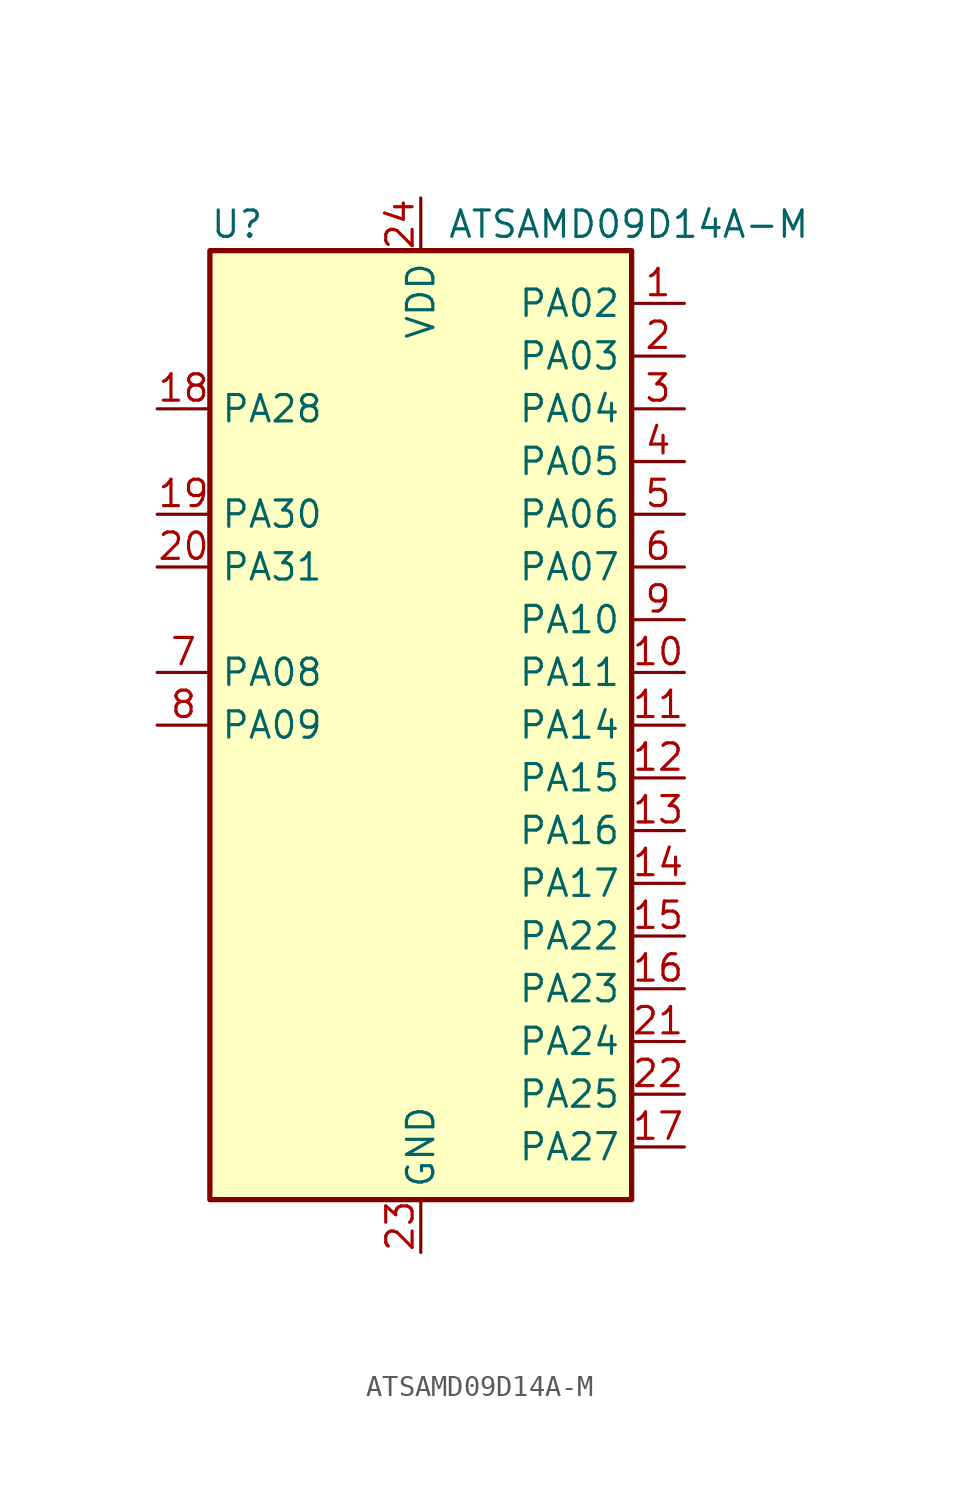
<source format=kicad_sym>
(kicad_symbol_lib
  (version 20220914)
  (generator kicad_symbol_editor)
  (symbol "ATSAMD09D14A-M"
    (property "Reference" "U"
      (at -10.16 24.13 0)
      (effects (font (size 1.27 1.27)) (justify left)))
    (property "Value" "ATSAMD09D14A-M"
      (at 1.27 24.13 0)
      (effects (font (size 1.27 1.27)) (justify left)))
    (symbol "ATSAMD09D14A-M_0_1"
      (rectangle (start -10.16 22.86) (end 10.16 -22.86) (stroke (width 0.254) (type default)) (fill (type background))))
    (symbol "ATSAMD09D14A-M_1_1"
      (pin bidirectional line (at 12.7 20.32 180) (length 2.54) (name "PA02" (effects (font (size 1.27 1.27)))) (number "1" (effects (font (size 1.27 1.27)))) (alternate "AIN0" input line) (alternate "EXTINT2" input line))
      (pin bidirectional line (at 12.7 2.54 180) (length 2.54) (name "PA11" (effects (font (size 1.27 1.27)))) (number "10" (effects (font (size 1.27 1.27)))) (alternate "AIN9" input line) (alternate "EXTINT3" input line) (alternate "GCLK_IO5" bidirectional line) (alternate "SC0_PAD3" bidirectional line) (alternate "TC2/WO1" bidirectional line))
      (pin bidirectional line (at 12.7 0 180) (length 2.54) (name "PA14" (effects (font (size 1.27 1.27)))) (number "11" (effects (font (size 1.27 1.27)))) (alternate "AIN6" input line) (alternate "GCLK_IO4" bidirectional line) (alternate "NMI" input line) (alternate "SC0_PAD0" bidirectional line) (alternate "TC1/WO0" bidirectional line))
      (pin bidirectional line (at 12.7 -2.54 180) (length 2.54) (name "PA15" (effects (font (size 1.27 1.27)))) (number "12" (effects (font (size 1.27 1.27)))) (alternate "AIN7" input line) (alternate "EXTINT1" input line) (alternate "GCLK_IO5" bidirectional line) (alternate "SC0_PAD1" bidirectional line) (alternate "TC1/WO1" bidirectional line))
      (pin bidirectional line (at 12.7 -5.08 180) (length 2.54) (name "PA16" (effects (font (size 1.27 1.27)))) (number "13" (effects (font (size 1.27 1.27)))) (alternate "EXTINT0" input line) (alternate "GCLK_IO2" bidirectional line) (alternate "SC1_PAD2" bidirectional line) (alternate "TC1/WO0" bidirectional line))
      (pin bidirectional line (at 12.7 -7.62 180) (length 2.54) (name "PA17" (effects (font (size 1.27 1.27)))) (number "14" (effects (font (size 1.27 1.27)))) (alternate "EXTINT1" input line) (alternate "GCLK_IO3" bidirectional line) (alternate "SC1_PAD3" bidirectional line) (alternate "TC1/WO1" bidirectional line))
      (pin bidirectional line (at 12.7 -10.16 180) (length 2.54) (name "PA22" (effects (font (size 1.27 1.27)))) (number "15" (effects (font (size 1.27 1.27)))) (alternate "EXTINT6" output line) (alternate "SC1_PAD0" bidirectional line) (alternate "TC1/WO0" bidirectional line))
      (pin bidirectional line (at 12.7 -12.7 180) (length 2.54) (name "PA23" (effects (font (size 1.27 1.27)))) (number "16" (effects (font (size 1.27 1.27)))) (alternate "EXTINT7" input line) (alternate "GCLK_IO2" bidirectional line) (alternate "SC1_PAD1" bidirectional line) (alternate "TC1/WO1" bidirectional line))
      (pin bidirectional line (at 12.7 -20.32 180) (length 2.54) (name "PA27" (effects (font (size 1.27 1.27)))) (number "17" (effects (font (size 1.27 1.27)))) (alternate "EXTINT7" input line) (alternate "GCLK_IO0" bidirectional clock))
      (pin bidirectional line (at -12.7 15.24 0) (length 2.54) (name "PA28" (effects (font (size 1.27 1.27)))) (number "18" (effects (font (size 1.27 1.27)))) (alternate "~{RST}" input line))
      (pin bidirectional line (at -12.7 10.16 0) (length 2.54) (name "PA30" (effects (font (size 1.27 1.27)))) (number "19" (effects (font (size 1.27 1.27)))) (alternate "EXTINT2" input line) (alternate "GCLK_IO0" bidirectional line) (alternate "SC1_PAD0" bidirectional line) (alternate "SC1_PAD2" bidirectional line) (alternate "SWCLK" input clock) (alternate "TC2/WO0" bidirectional line))
      (pin bidirectional line (at 12.7 17.78 180) (length 2.54) (name "PA03" (effects (font (size 1.27 1.27)))) (number "2" (effects (font (size 1.27 1.27)))) (alternate "AIN1" input line) (alternate "EXTINT3" input line) (alternate "VREFA" power_in line))
      (pin bidirectional line (at -12.7 7.62 0) (length 2.54) (name "PA31" (effects (font (size 1.27 1.27)))) (number "20" (effects (font (size 1.27 1.27)))) (alternate "EXTINT3" input line) (alternate "GCLK_IO0" bidirectional line) (alternate "SC1_PAD1" bidirectional line) (alternate "SC1_PAD3" bidirectional line) (alternate "SWDIO" bidirectional line) (alternate "TC2/WO1" bidirectional line))
      (pin bidirectional line (at 12.7 -15.24 180) (length 2.54) (name "PA24" (effects (font (size 1.27 1.27)))) (number "21" (effects (font (size 1.27 1.27)))) (alternate "EXTINT4" input line) (alternate "GCLK_IO0" bidirectional line) (alternate "SC1_PAD2" bidirectional line))
      (pin bidirectional line (at 12.7 -17.78 180) (length 2.54) (name "PA25" (effects (font (size 1.27 1.27)))) (number "22" (effects (font (size 1.27 1.27)))) (alternate "EXTINT5" input line) (alternate "GCLK_IO0" bidirectional line) (alternate "SC1_PAD3" bidirectional line))
      (pin power_in line (at 0 -25.4 90) (length 2.54) (name "GND" (effects (font (size 1.27 1.27)))) (number "23" (effects (font (size 1.27 1.27)))))
      (pin power_in line (at 0 25.4 270) (length 2.54) (name "VDD" (effects (font (size 1.27 1.27)))) (number "24" (effects (font (size 1.27 1.27)))))
      (pin passive line (at 0 -25.4 90) (length 2.54) hide (name "GND" (effects (font (size 1.27 1.27)))) (number "25" (effects (font (size 1.27 1.27)))))
      (pin bidirectional line (at 12.7 15.24 180) (length 2.54) (name "PA04" (effects (font (size 1.27 1.27)))) (number "3" (effects (font (size 1.27 1.27)))) (alternate "AIN2" input line) (alternate "EXTINT4" input line) (alternate "SC0_PAD0" bidirectional line) (alternate "SC0_PAD2" bidirectional line) (alternate "TC1/WO0" bidirectional line) (alternate "VREFB" power_in line))
      (pin bidirectional line (at 12.7 12.7 180) (length 2.54) (name "PA05" (effects (font (size 1.27 1.27)))) (number "4" (effects (font (size 1.27 1.27)))) (alternate "AIN3" input line) (alternate "EXTINT5" input line) (alternate "SC0_PAD1" bidirectional line) (alternate "SC0_PAD3" bidirectional line) (alternate "TC1/WO1" bidirectional line))
      (pin bidirectional line (at 12.7 10.16 180) (length 2.54) (name "PA06" (effects (font (size 1.27 1.27)))) (number "5" (effects (font (size 1.27 1.27)))) (alternate "AIN4" input line) (alternate "EXTINT6" input line) (alternate "SC0_PAD0" bidirectional line) (alternate "SC0_PAD2" bidirectional line) (alternate "TC2/WO0" bidirectional line))
      (pin bidirectional line (at 12.7 7.62 180) (length 2.54) (name "PA07" (effects (font (size 1.27 1.27)))) (number "6" (effects (font (size 1.27 1.27)))) (alternate "AIN5" input line) (alternate "EXTINT7" input line) (alternate "SC0_PAD1" bidirectional line) (alternate "SC0_PAD3" bidirectional line) (alternate "TC2/WO1" bidirectional line))
      (pin bidirectional line (at -12.7 2.54 0) (length 2.54) (name "PA08" (effects (font (size 1.27 1.27)))) (number "7" (effects (font (size 1.27 1.27)))) (alternate "EXTINT6" input line) (alternate "SC0_PAD2" bidirectional line) (alternate "SC1_PAD2" bidirectional line) (alternate "XIN" input clock) (alternate "XIN32" input clock))
      (pin bidirectional line (at -12.7 0 0) (length 2.54) (name "PA09" (effects (font (size 1.27 1.27)))) (number "8" (effects (font (size 1.27 1.27)))) (alternate "EXTINT7" input line) (alternate "SC0_PAD3" bidirectional line) (alternate "SC1_PAD2" bidirectional line) (alternate "XOUT" output clock) (alternate "XOUT32" output clock))
      (pin bidirectional line (at 12.7 5.08 180) (length 2.54) (name "PA10" (effects (font (size 1.27 1.27)))) (number "9" (effects (font (size 1.27 1.27)))) (alternate "AIN8" input line) (alternate "EXTINT2" input line) (alternate "GCLK_IO4" bidirectional line) (alternate "SC0_PAD2" bidirectional line) (alternate "TC2/WO0" bidirectional line)))))
</source>
